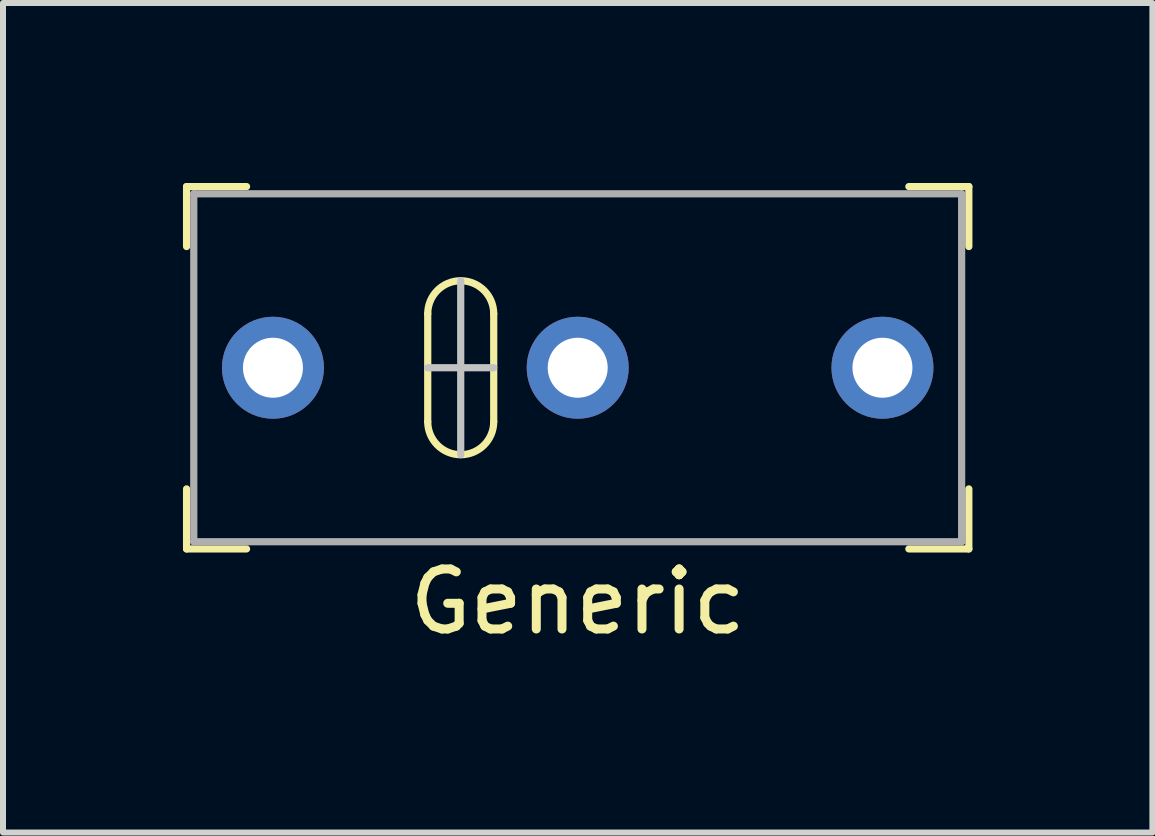
<source format=kicad_pcb>
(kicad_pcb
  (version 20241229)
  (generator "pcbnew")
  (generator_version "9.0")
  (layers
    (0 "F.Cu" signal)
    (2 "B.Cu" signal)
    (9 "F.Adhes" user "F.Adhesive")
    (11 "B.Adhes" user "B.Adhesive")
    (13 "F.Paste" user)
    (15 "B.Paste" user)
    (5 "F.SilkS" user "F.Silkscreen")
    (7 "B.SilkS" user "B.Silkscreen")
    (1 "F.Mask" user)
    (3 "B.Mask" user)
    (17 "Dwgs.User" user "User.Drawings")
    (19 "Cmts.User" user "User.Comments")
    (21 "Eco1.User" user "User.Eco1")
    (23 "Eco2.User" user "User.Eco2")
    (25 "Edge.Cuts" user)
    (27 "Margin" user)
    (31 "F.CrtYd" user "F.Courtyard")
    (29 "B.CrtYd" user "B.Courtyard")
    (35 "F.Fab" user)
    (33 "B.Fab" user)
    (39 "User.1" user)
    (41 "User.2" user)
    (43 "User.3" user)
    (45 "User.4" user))
  (footprint "Generic"
    (layer "F.Cu")
    (at 6.58 3.08)
    (property "Reference" "Generic" (at 0 3.9 0) (layer "F.SilkS") (effects (font (size 1 1) (thickness 0.15))))
    (attr through_hole)
    (fp_line (start -6.52 -3.02) (end -6.52 -2.02) (stroke (width 0.12) (type solid)) (layer "F.SilkS"))
    (fp_line (start -6.52 -3.02) (end -5.52 -3.02) (stroke (width 0.12) (type solid)) (layer "F.SilkS"))
    (fp_line (start -6.52 3.02) (end -6.52 2.02) (stroke (width 0.12) (type solid)) (layer "F.SilkS"))
    (fp_line (start -6.52 3.02) (end -5.52 3.02) (stroke (width 0.12) (type solid)) (layer "F.SilkS"))
    (fp_line (start -2.5 0.9) (end -2.5 -0.9) (stroke (width 0.12) (type solid)) (layer "F.SilkS"))
    (fp_line (start -1.4 0.9) (end -1.4 -0.9) (stroke (width 0.12) (type solid)) (layer "F.SilkS"))
    (fp_line (start 6.52 -3.02) (end 5.52 -3.02) (stroke (width 0.12) (type solid)) (layer "F.SilkS"))
    (fp_line (start 6.52 -3.02) (end 6.52 -2.02) (stroke (width 0.12) (type solid)) (layer "F.SilkS"))
    (fp_line (start 6.52 3.02) (end 5.52 3.02) (stroke (width 0.12) (type solid)) (layer "F.SilkS"))
    (fp_line (start 6.52 3.02) (end 6.52 2.02) (stroke (width 0.12) (type solid)) (layer "F.SilkS"))
    (fp_arc (start -2.5 -0.9) (mid -1.95 -1.45) (end -1.4 -0.9) (stroke (width 0.12) (type solid)) (layer "F.SilkS"))
    (fp_arc (start -1.4 0.9) (mid -1.95 1.45) (end -2.5 0.9) (stroke (width 0.12) (type solid)) (layer "F.SilkS"))
    (fp_line (start -1.95 1.45) (end -1.95 -1.45) (stroke (width 0.12) (type solid)) (layer "Dwgs.User"))
    (fp_line (start -1.4 0) (end -2.5 0) (stroke (width 0.12) (type solid)) (layer "Dwgs.User"))
    (fp_line (start -6.4 -2.9) (end 6.4 -2.9) (stroke (width 0.12) (type solid)) (layer "F.Fab"))
    (fp_line (start -6.4 2.9) (end -6.4 -2.9) (stroke (width 0.12) (type solid)) (layer "F.Fab"))
    (fp_line (start 6.4 -2.9) (end 6.4 2.9) (stroke (width 0.12) (type solid)) (layer "F.Fab"))
    (fp_line (start 6.4 2.9) (end -6.4 2.9) (stroke (width 0.12) (type solid)) (layer "F.Fab"))
    (pad "1" thru_hole circle (at -5.08 0) (size 1.7 1.7) (drill 1) (layers "*.Cu" "*.Mask"))
    (pad "2" thru_hole circle (at 0 0) (size 1.7 1.7) (drill 1) (layers "*.Cu" "*.Mask"))
    (pad "3" thru_hole circle (at 5.08 0) (size 1.7 1.7) (drill 1) (layers "*.Cu" "*.Mask")))
  (gr_rect
    (start -3 -3)
    (end 16.16 10.828)
    (stroke (width 0.1) (type default))
    (fill no)
    (layer "Edge.Cuts")))
</source>
